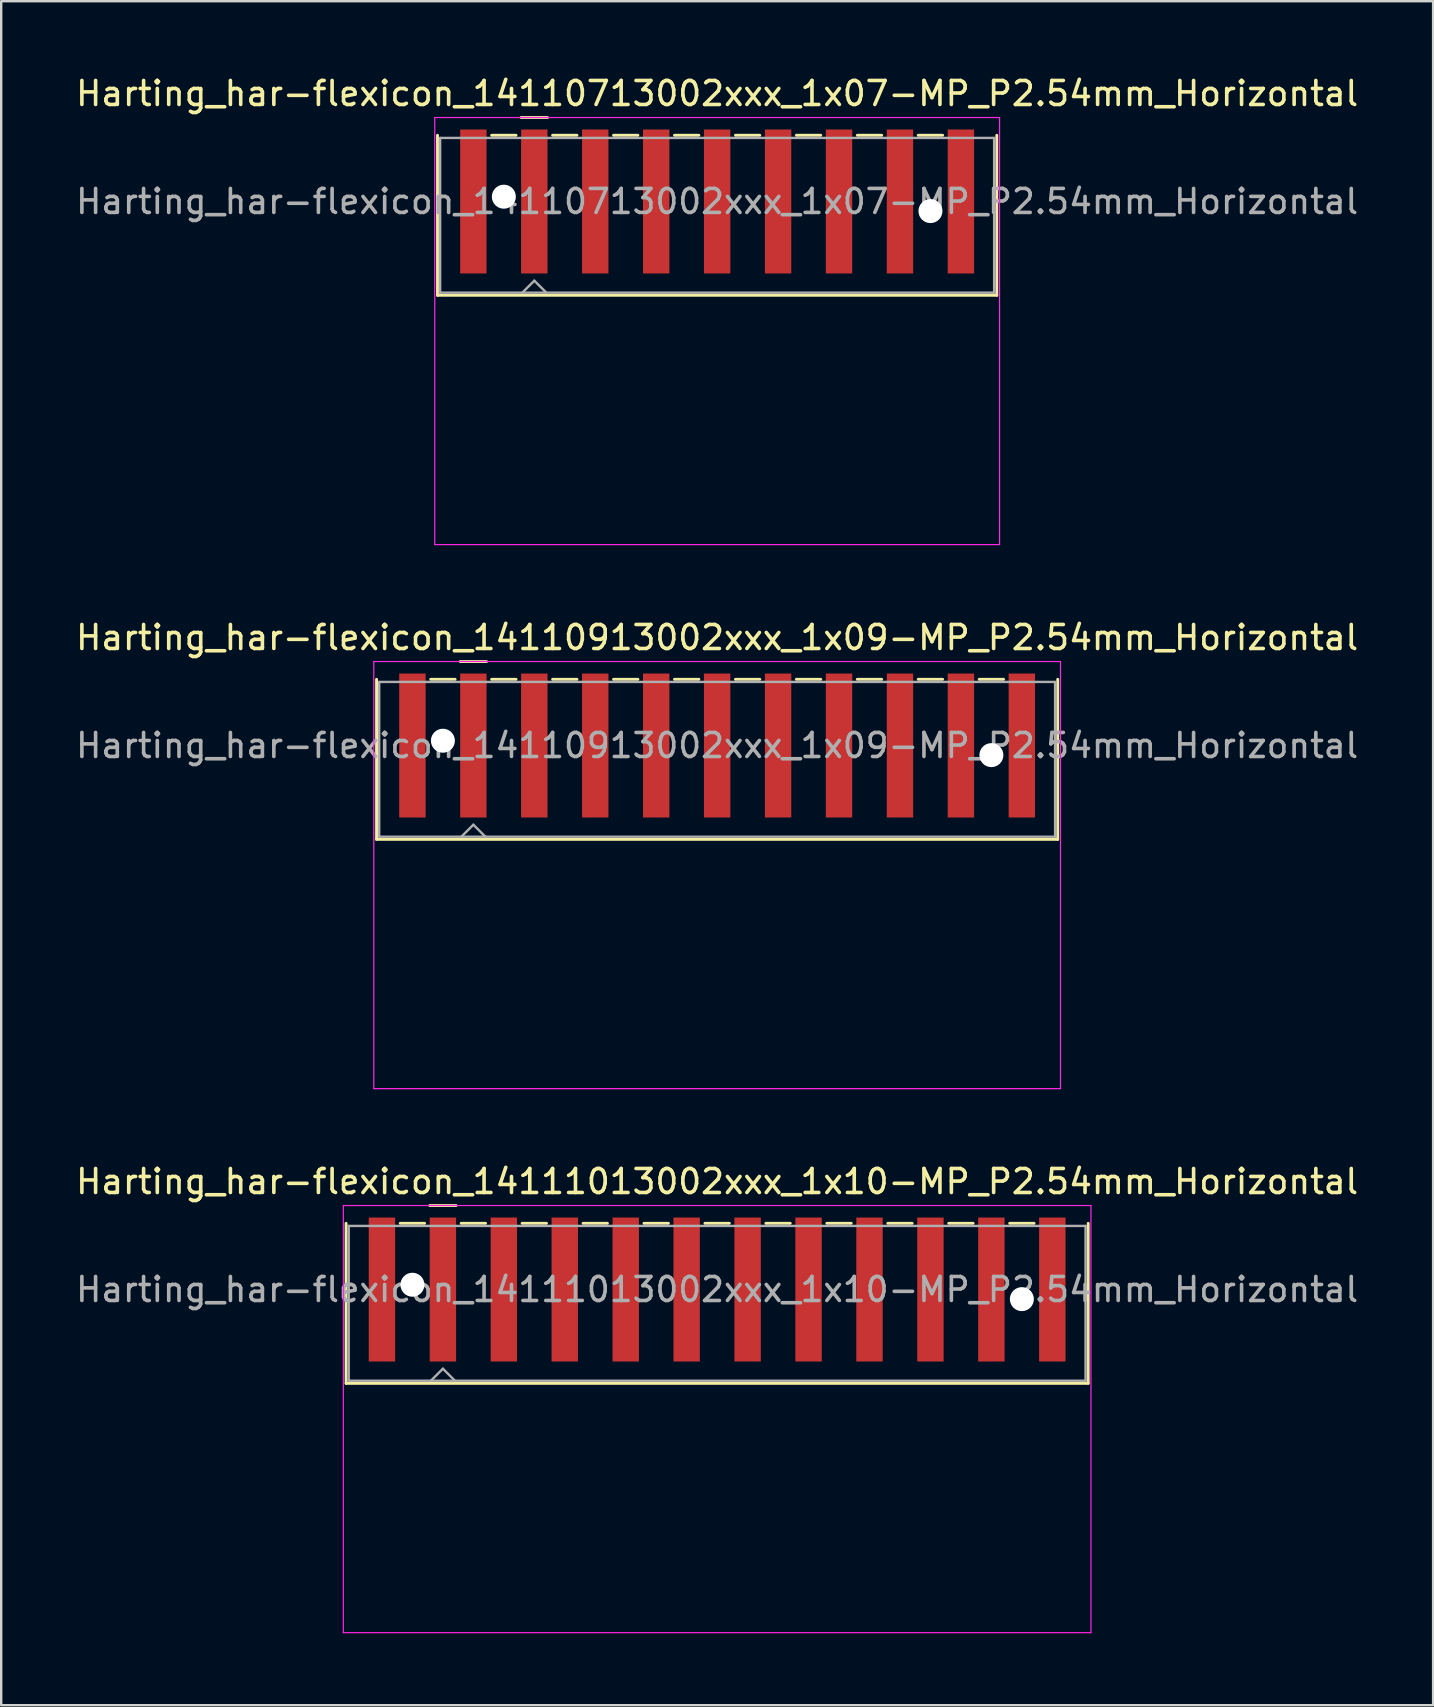
<source format=kicad_pcb>
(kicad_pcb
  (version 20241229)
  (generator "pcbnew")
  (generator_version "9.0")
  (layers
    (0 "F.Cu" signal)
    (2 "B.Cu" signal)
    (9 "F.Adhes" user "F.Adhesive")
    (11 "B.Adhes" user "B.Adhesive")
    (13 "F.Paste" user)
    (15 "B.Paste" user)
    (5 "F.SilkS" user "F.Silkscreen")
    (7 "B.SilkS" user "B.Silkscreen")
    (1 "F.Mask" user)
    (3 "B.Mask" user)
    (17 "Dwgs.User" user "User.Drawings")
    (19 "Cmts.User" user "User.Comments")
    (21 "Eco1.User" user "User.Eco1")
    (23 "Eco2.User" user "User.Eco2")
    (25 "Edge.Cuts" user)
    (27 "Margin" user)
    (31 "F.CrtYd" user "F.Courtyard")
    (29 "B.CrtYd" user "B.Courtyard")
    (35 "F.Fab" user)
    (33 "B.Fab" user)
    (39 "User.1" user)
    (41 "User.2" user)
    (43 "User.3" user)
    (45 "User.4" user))
  (footprint "Harting_har-flexicon_14110913002xxx_1x09-MP_P2.54mm_Horizontal"
    (layer "F.Cu")
    (at 26.839 29.322)
    (property "Reference" "Harting_har-flexicon_14110913002xxx_1x09-MP_P2.54mm_Horizontal" (at 0 -5.8 0) (layer "F.SilkS") (effects (font (size 1 1) (thickness 0.15))))
    (attr smd)
    (fp_line (start -14.195 -4.06) (end -14.195 2.61) (stroke (width 0.12) (type solid)) (layer "F.SilkS"))
    (fp_line (start -11.938 -4.06) (end -10.922 -4.06) (stroke (width 0.12) (type solid)) (layer "F.SilkS"))
    (fp_line (start -10.71 -4.8) (end -9.61 -4.8) (stroke (width 0.12) (type solid)) (layer "F.SilkS"))
    (fp_line (start -9.398 -4.06) (end -8.382 -4.06) (stroke (width 0.12) (type solid)) (layer "F.SilkS"))
    (fp_line (start -6.858 -4.06) (end -5.842 -4.06) (stroke (width 0.12) (type solid)) (layer "F.SilkS"))
    (fp_line (start -4.318 -4.06) (end -3.302 -4.06) (stroke (width 0.12) (type solid)) (layer "F.SilkS"))
    (fp_line (start -1.778 -4.06) (end -0.762 -4.06) (stroke (width 0.12) (type solid)) (layer "F.SilkS"))
    (fp_line (start 0.762 -4.06) (end 1.778 -4.06) (stroke (width 0.12) (type solid)) (layer "F.SilkS"))
    (fp_line (start 3.302 -4.06) (end 4.318 -4.06) (stroke (width 0.12) (type solid)) (layer "F.SilkS"))
    (fp_line (start 5.842 -4.06) (end 6.858 -4.06) (stroke (width 0.12) (type solid)) (layer "F.SilkS"))
    (fp_line (start 8.382 -4.06) (end 9.398 -4.06) (stroke (width 0.12) (type solid)) (layer "F.SilkS"))
    (fp_line (start 10.922 -4.06) (end 11.938 -4.06) (stroke (width 0.12) (type solid)) (layer "F.SilkS"))
    (fp_line (start 14.195 -4.06) (end 14.195 2.61) (stroke (width 0.12) (type solid)) (layer "F.SilkS"))
    (fp_line (start 14.195 2.61) (end -14.195 2.61) (stroke (width 0.12) (type solid)) (layer "F.SilkS"))
    (fp_line (start -14.31 -4.8) (end -14.31 13) (stroke (width 0.05) (type solid)) (layer "F.CrtYd"))
    (fp_line (start -14.31 13) (end 14.31 13) (stroke (width 0.05) (type solid)) (layer "F.CrtYd"))
    (fp_line (start 14.31 -4.8) (end -14.31 -4.8) (stroke (width 0.05) (type solid)) (layer "F.CrtYd"))
    (fp_line (start 14.31 13) (end 14.31 -4.8) (stroke (width 0.05) (type solid)) (layer "F.CrtYd"))
    (fp_line (start -14.085 -3.95) (end -14.085 2.5) (stroke (width 0.1) (type solid)) (layer "F.Fab"))
    (fp_line (start -14.085 2.5) (end 14.085 2.5) (stroke (width 0.1) (type solid)) (layer "F.Fab"))
    (fp_line (start -10.66 2.5) (end -10.16 2) (stroke (width 0.1) (type solid)) (layer "F.Fab"))
    (fp_line (start -10.16 2) (end -9.66 2.5) (stroke (width 0.1) (type solid)) (layer "F.Fab"))
    (fp_line (start 14.085 -3.95) (end -14.085 -3.95) (stroke (width 0.1) (type solid)) (layer "F.Fab"))
    (fp_line (start 14.085 2.5) (end 14.085 -3.95) (stroke (width 0.1) (type solid)) (layer "F.Fab"))
    (fp_text user "${REFERENCE}" (at 0 -1.3 0) (layer "F.Fab") (effects (font (size 1 1) (thickness 0.15))))
    (pad "" np_thru_hole circle (at -11.43 -1.5) (size 1 1) (drill 1) (layers "*.Cu" "*.Mask"))
    (pad "" np_thru_hole circle (at 11.43 -0.9) (size 1 1) (drill 1) (layers "*.Cu" "*.Mask"))
    (pad "1" smd rect (at -10.16 -1.3) (size 1.1 6) (layers "F.Cu" "F.Mask" "F.Paste"))
    (pad "2" smd rect (at -7.62 -1.3) (size 1.1 6) (layers "F.Cu" "F.Mask" "F.Paste"))
    (pad "3" smd rect (at -5.08 -1.3) (size 1.1 6) (layers "F.Cu" "F.Mask" "F.Paste"))
    (pad "4" smd rect (at -2.54 -1.3) (size 1.1 6) (layers "F.Cu" "F.Mask" "F.Paste"))
    (pad "5" smd rect (at 0 -1.3) (size 1.1 6) (layers "F.Cu" "F.Mask" "F.Paste"))
    (pad "6" smd rect (at 2.54 -1.3) (size 1.1 6) (layers "F.Cu" "F.Mask" "F.Paste"))
    (pad "7" smd rect (at 5.08 -1.3) (size 1.1 6) (layers "F.Cu" "F.Mask" "F.Paste"))
    (pad "8" smd rect (at 7.62 -1.3) (size 1.1 6) (layers "F.Cu" "F.Mask" "F.Paste"))
    (pad "9" smd rect (at 10.16 -1.3) (size 1.1 6) (layers "F.Cu" "F.Mask" "F.Paste"))
    (pad "MP" smd rect (at -12.7 -1.3) (size 1.1 6) (layers "F.Cu" "F.Mask" "F.Paste"))
    (pad "MP" smd rect (at 12.7 -1.3) (size 1.1 6) (layers "F.Cu" "F.Mask" "F.Paste")))
  (footprint "Harting_har-flexicon_14110713002xxx_1x07-MP_P2.54mm_Horizontal"
    (layer "F.Cu")
    (at 26.839 6.648)
    (property "Reference" "Harting_har-flexicon_14110713002xxx_1x07-MP_P2.54mm_Horizontal" (at 0 -5.8 0) (layer "F.SilkS") (effects (font (size 1 1) (thickness 0.15))))
    (attr smd)
    (fp_line (start -11.655 -4.06) (end -11.655 2.61) (stroke (width 0.12) (type solid)) (layer "F.SilkS"))
    (fp_line (start -9.398 -4.06) (end -8.382 -4.06) (stroke (width 0.12) (type solid)) (layer "F.SilkS"))
    (fp_line (start -8.17 -4.8) (end -7.07 -4.8) (stroke (width 0.12) (type solid)) (layer "F.SilkS"))
    (fp_line (start -6.858 -4.06) (end -5.842 -4.06) (stroke (width 0.12) (type solid)) (layer "F.SilkS"))
    (fp_line (start -4.318 -4.06) (end -3.302 -4.06) (stroke (width 0.12) (type solid)) (layer "F.SilkS"))
    (fp_line (start -1.778 -4.06) (end -0.762 -4.06) (stroke (width 0.12) (type solid)) (layer "F.SilkS"))
    (fp_line (start 0.762 -4.06) (end 1.778 -4.06) (stroke (width 0.12) (type solid)) (layer "F.SilkS"))
    (fp_line (start 3.302 -4.06) (end 4.318 -4.06) (stroke (width 0.12) (type solid)) (layer "F.SilkS"))
    (fp_line (start 5.842 -4.06) (end 6.858 -4.06) (stroke (width 0.12) (type solid)) (layer "F.SilkS"))
    (fp_line (start 8.382 -4.06) (end 9.398 -4.06) (stroke (width 0.12) (type solid)) (layer "F.SilkS"))
    (fp_line (start 11.655 -4.06) (end 11.655 2.61) (stroke (width 0.12) (type solid)) (layer "F.SilkS"))
    (fp_line (start 11.655 2.61) (end -11.655 2.61) (stroke (width 0.12) (type solid)) (layer "F.SilkS"))
    (fp_line (start -11.77 -4.8) (end -11.77 13) (stroke (width 0.05) (type solid)) (layer "F.CrtYd"))
    (fp_line (start -11.77 13) (end 11.77 13) (stroke (width 0.05) (type solid)) (layer "F.CrtYd"))
    (fp_line (start 11.77 -4.8) (end -11.77 -4.8) (stroke (width 0.05) (type solid)) (layer "F.CrtYd"))
    (fp_line (start 11.77 13) (end 11.77 -4.8) (stroke (width 0.05) (type solid)) (layer "F.CrtYd"))
    (fp_line (start -11.545 -3.95) (end -11.545 2.5) (stroke (width 0.1) (type solid)) (layer "F.Fab"))
    (fp_line (start -11.545 2.5) (end 11.545 2.5) (stroke (width 0.1) (type solid)) (layer "F.Fab"))
    (fp_line (start -8.12 2.5) (end -7.62 2) (stroke (width 0.1) (type solid)) (layer "F.Fab"))
    (fp_line (start -7.62 2) (end -7.12 2.5) (stroke (width 0.1) (type solid)) (layer "F.Fab"))
    (fp_line (start 11.545 -3.95) (end -11.545 -3.95) (stroke (width 0.1) (type solid)) (layer "F.Fab"))
    (fp_line (start 11.545 2.5) (end 11.545 -3.95) (stroke (width 0.1) (type solid)) (layer "F.Fab"))
    (fp_text user "${REFERENCE}" (at 0 -1.3 0) (layer "F.Fab") (effects (font (size 1 1) (thickness 0.15))))
    (pad "" np_thru_hole circle (at -8.89 -1.5) (size 1 1) (drill 1) (layers "*.Cu" "*.Mask"))
    (pad "" np_thru_hole circle (at 8.89 -0.9) (size 1 1) (drill 1) (layers "*.Cu" "*.Mask"))
    (pad "1" smd rect (at -7.62 -1.3) (size 1.1 6) (layers "F.Cu" "F.Mask" "F.Paste"))
    (pad "2" smd rect (at -5.08 -1.3) (size 1.1 6) (layers "F.Cu" "F.Mask" "F.Paste"))
    (pad "3" smd rect (at -2.54 -1.3) (size 1.1 6) (layers "F.Cu" "F.Mask" "F.Paste"))
    (pad "4" smd rect (at 0 -1.3) (size 1.1 6) (layers "F.Cu" "F.Mask" "F.Paste"))
    (pad "5" smd rect (at 2.54 -1.3) (size 1.1 6) (layers "F.Cu" "F.Mask" "F.Paste"))
    (pad "6" smd rect (at 5.08 -1.3) (size 1.1 6) (layers "F.Cu" "F.Mask" "F.Paste"))
    (pad "7" smd rect (at 7.62 -1.3) (size 1.1 6) (layers "F.Cu" "F.Mask" "F.Paste"))
    (pad "MP" smd rect (at -10.16 -1.3) (size 1.1 6) (layers "F.Cu" "F.Mask" "F.Paste"))
    (pad "MP" smd rect (at 10.16 -1.3) (size 1.1 6) (layers "F.Cu" "F.Mask" "F.Paste")))
  (footprint "Harting_har-flexicon_14111013002xxx_1x10-MP_P2.54mm_Horizontal"
    (layer "F.Cu")
    (at 26.839 51.995)
    (property "Reference" "Harting_har-flexicon_14111013002xxx_1x10-MP_P2.54mm_Horizontal" (at 0 -5.8 0) (layer "F.SilkS") (effects (font (size 1 1) (thickness 0.15))))
    (attr smd)
    (fp_line (start -15.465 -4.06) (end -15.465 2.61) (stroke (width 0.12) (type solid)) (layer "F.SilkS"))
    (fp_line (start -13.208 -4.06) (end -12.192 -4.06) (stroke (width 0.12) (type solid)) (layer "F.SilkS"))
    (fp_line (start -11.98 -4.8) (end -10.88 -4.8) (stroke (width 0.12) (type solid)) (layer "F.SilkS"))
    (fp_line (start -10.668 -4.06) (end -9.652 -4.06) (stroke (width 0.12) (type solid)) (layer "F.SilkS"))
    (fp_line (start -8.128 -4.06) (end -7.112 -4.06) (stroke (width 0.12) (type solid)) (layer "F.SilkS"))
    (fp_line (start -5.588 -4.06) (end -4.572 -4.06) (stroke (width 0.12) (type solid)) (layer "F.SilkS"))
    (fp_line (start -3.048 -4.06) (end -2.032 -4.06) (stroke (width 0.12) (type solid)) (layer "F.SilkS"))
    (fp_line (start -0.508 -4.06) (end 0.508 -4.06) (stroke (width 0.12) (type solid)) (layer "F.SilkS"))
    (fp_line (start 2.032 -4.06) (end 3.048 -4.06) (stroke (width 0.12) (type solid)) (layer "F.SilkS"))
    (fp_line (start 4.572 -4.06) (end 5.588 -4.06) (stroke (width 0.12) (type solid)) (layer "F.SilkS"))
    (fp_line (start 7.112 -4.06) (end 8.128 -4.06) (stroke (width 0.12) (type solid)) (layer "F.SilkS"))
    (fp_line (start 9.652 -4.06) (end 10.668 -4.06) (stroke (width 0.12) (type solid)) (layer "F.SilkS"))
    (fp_line (start 12.192 -4.06) (end 13.208 -4.06) (stroke (width 0.12) (type solid)) (layer "F.SilkS"))
    (fp_line (start 15.465 -4.06) (end 15.465 2.61) (stroke (width 0.12) (type solid)) (layer "F.SilkS"))
    (fp_line (start 15.465 2.61) (end -15.465 2.61) (stroke (width 0.12) (type solid)) (layer "F.SilkS"))
    (fp_line (start -15.58 -4.8) (end -15.58 13) (stroke (width 0.05) (type solid)) (layer "F.CrtYd"))
    (fp_line (start -15.58 13) (end 15.58 13) (stroke (width 0.05) (type solid)) (layer "F.CrtYd"))
    (fp_line (start 15.58 -4.8) (end -15.58 -4.8) (stroke (width 0.05) (type solid)) (layer "F.CrtYd"))
    (fp_line (start 15.58 13) (end 15.58 -4.8) (stroke (width 0.05) (type solid)) (layer "F.CrtYd"))
    (fp_line (start -15.355 -3.95) (end -15.355 2.5) (stroke (width 0.1) (type solid)) (layer "F.Fab"))
    (fp_line (start -15.355 2.5) (end 15.355 2.5) (stroke (width 0.1) (type solid)) (layer "F.Fab"))
    (fp_line (start -11.93 2.5) (end -11.43 2) (stroke (width 0.1) (type solid)) (layer "F.Fab"))
    (fp_line (start -11.43 2) (end -10.93 2.5) (stroke (width 0.1) (type solid)) (layer "F.Fab"))
    (fp_line (start 15.355 -3.95) (end -15.355 -3.95) (stroke (width 0.1) (type solid)) (layer "F.Fab"))
    (fp_line (start 15.355 2.5) (end 15.355 -3.95) (stroke (width 0.1) (type solid)) (layer "F.Fab"))
    (fp_text user "${REFERENCE}" (at 0 -1.3 0) (layer "F.Fab") (effects (font (size 1 1) (thickness 0.15))))
    (pad "" np_thru_hole circle (at -12.7 -1.5) (size 1 1) (drill 1) (layers "*.Cu" "*.Mask"))
    (pad "" np_thru_hole circle (at 12.7 -0.9) (size 1 1) (drill 1) (layers "*.Cu" "*.Mask"))
    (pad "1" smd rect (at -11.43 -1.3) (size 1.1 6) (layers "F.Cu" "F.Mask" "F.Paste"))
    (pad "2" smd rect (at -8.89 -1.3) (size 1.1 6) (layers "F.Cu" "F.Mask" "F.Paste"))
    (pad "3" smd rect (at -6.35 -1.3) (size 1.1 6) (layers "F.Cu" "F.Mask" "F.Paste"))
    (pad "4" smd rect (at -3.81 -1.3) (size 1.1 6) (layers "F.Cu" "F.Mask" "F.Paste"))
    (pad "5" smd rect (at -1.27 -1.3) (size 1.1 6) (layers "F.Cu" "F.Mask" "F.Paste"))
    (pad "6" smd rect (at 1.27 -1.3) (size 1.1 6) (layers "F.Cu" "F.Mask" "F.Paste"))
    (pad "7" smd rect (at 3.81 -1.3) (size 1.1 6) (layers "F.Cu" "F.Mask" "F.Paste"))
    (pad "8" smd rect (at 6.35 -1.3) (size 1.1 6) (layers "F.Cu" "F.Mask" "F.Paste"))
    (pad "9" smd rect (at 8.89 -1.3) (size 1.1 6) (layers "F.Cu" "F.Mask" "F.Paste"))
    (pad "10" smd rect (at 11.43 -1.3) (size 1.1 6) (layers "F.Cu" "F.Mask" "F.Paste"))
    (pad "MP" smd rect (at -13.97 -1.3) (size 1.1 6) (layers "F.Cu" "F.Mask" "F.Paste"))
    (pad "MP" smd rect (at 13.97 -1.3) (size 1.1 6) (layers "F.Cu" "F.Mask" "F.Paste")))
  (gr_rect
    (start -3 -3)
    (end 56.679 68.02)
    (stroke (width 0.1) (type default))
    (fill no)
    (layer "Edge.Cuts")))
</source>
